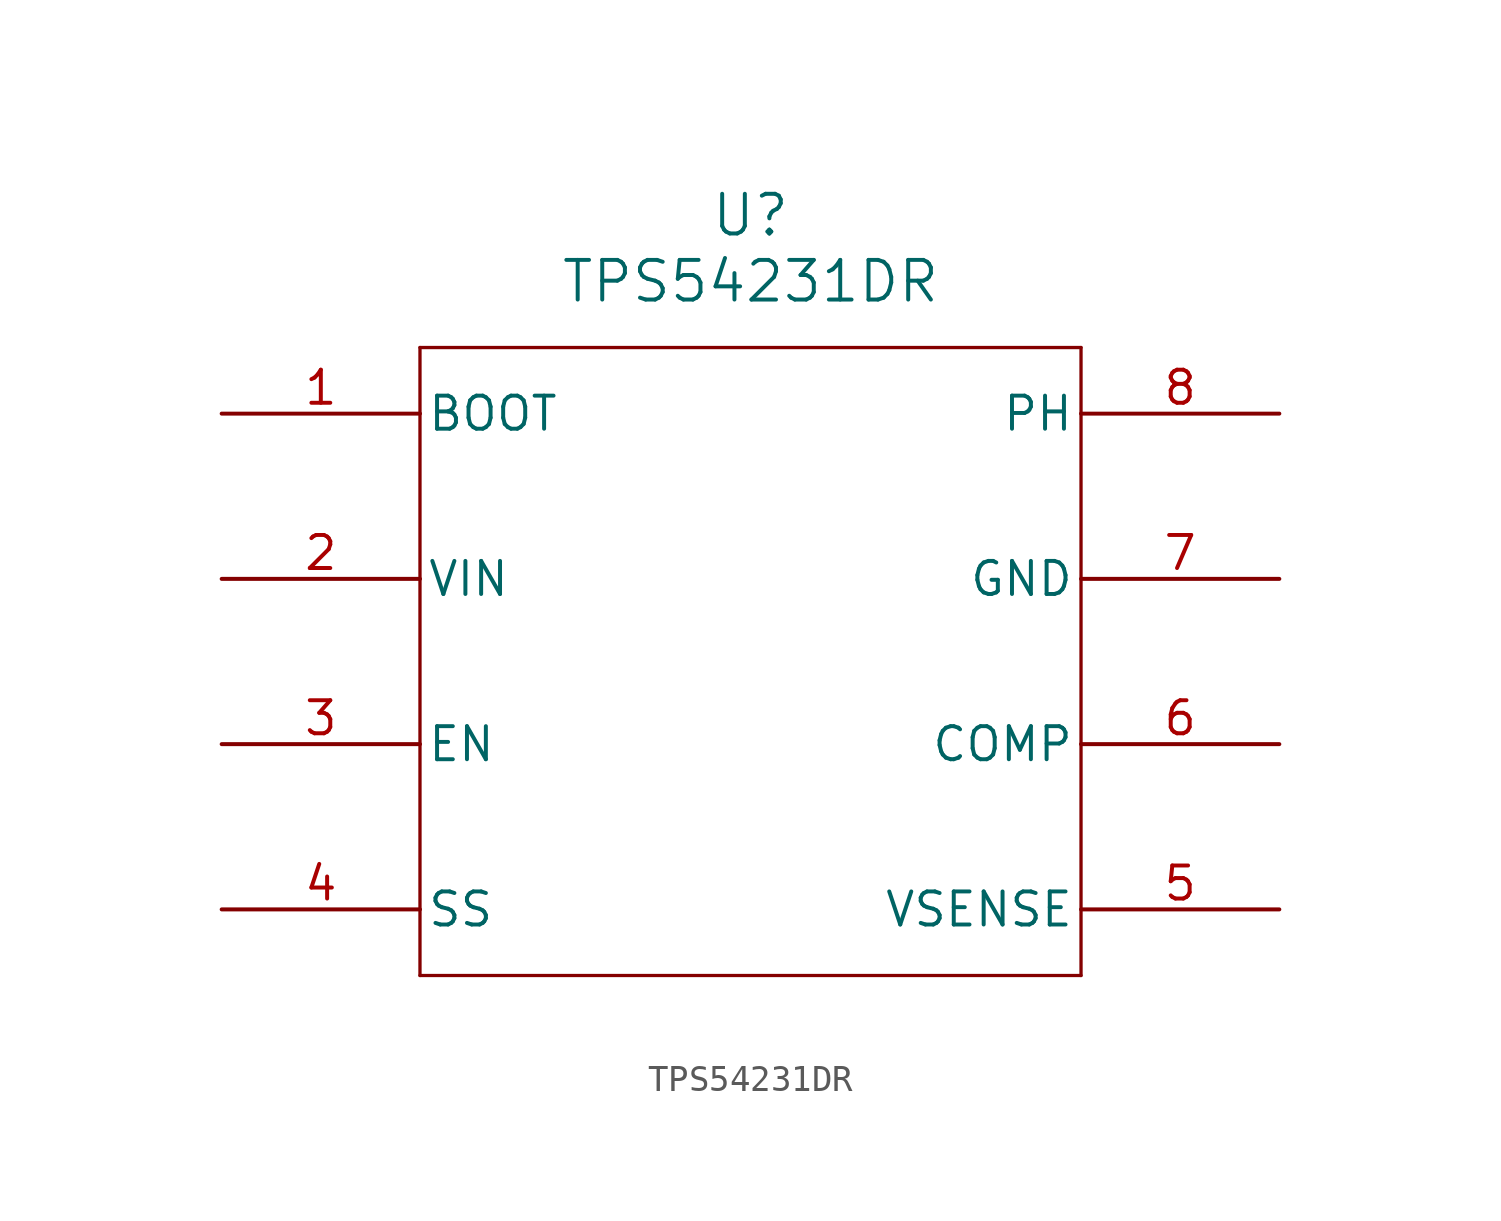
<source format=kicad_sym>
(kicad_symbol_lib
  (version 20241209)
  (generator "kicad_symbol_editor")
  (generator_version "9.0")
  (symbol "TPS54231DR"
    (pin_names
      (offset 0.254))
    (property "Reference" "U"
      (at 31.75 10.16 0)
      (effects (font (size 1.524 1.524))))
    (property "Value" "TPS54231DR"
      (at 31.75 7.62 0)
      (effects (font (size 1.524 1.524))))
    (property "ki_locked" ""
      (at 0 0 0)
      (effects (font (size 1.27 1.27))))
    (symbol "TPS54231DR_0_1"
      (polyline (pts (xy 19.05 5.08) (xy 19.05 -19.05)) (stroke (width 0.127) (type default)) (fill (type none)))
      (polyline (pts (xy 19.05 -19.05) (xy 44.45 -19.05)) (stroke (width 0.127) (type default)) (fill (type none)))
      (polyline (pts (xy 44.45 5.08) (xy 19.05 5.08)) (stroke (width 0.127) (type default)) (fill (type none)))
      (polyline (pts (xy 44.45 -19.05) (xy 44.45 5.08)) (stroke (width 0.127) (type default)) (fill (type none)))
      (pin unspecified line (at 11.43 2.54 0) (length 7.62) (name "BOOT" (effects (font (size 1.27 1.27)))) (number "1" (effects (font (size 1.27 1.27)))))
      (pin input line (at 11.43 -3.81 0) (length 7.62) (name "VIN" (effects (font (size 1.27 1.27)))) (number "2" (effects (font (size 1.27 1.27)))))
      (pin unspecified line (at 11.43 -10.16 0) (length 7.62) (name "EN" (effects (font (size 1.27 1.27)))) (number "3" (effects (font (size 1.27 1.27)))))
      (pin unspecified line (at 11.43 -16.51 0) (length 7.62) (name "SS" (effects (font (size 1.27 1.27)))) (number "4" (effects (font (size 1.27 1.27)))))
      (pin unspecified line (at 52.07 2.54 180) (length 7.62) (name "PH" (effects (font (size 1.27 1.27)))) (number "8" (effects (font (size 1.27 1.27)))))
      (pin power_in line (at 52.07 -3.81 180) (length 7.62) (name "GND" (effects (font (size 1.27 1.27)))) (number "7" (effects (font (size 1.27 1.27)))))
      (pin output line (at 52.07 -10.16 180) (length 7.62) (name "COMP" (effects (font (size 1.27 1.27)))) (number "6" (effects (font (size 1.27 1.27)))))
      (pin unspecified line (at 52.07 -16.51 180) (length 7.62) (name "VSENSE" (effects (font (size 1.27 1.27)))) (number "5" (effects (font (size 1.27 1.27))))))))
</source>
